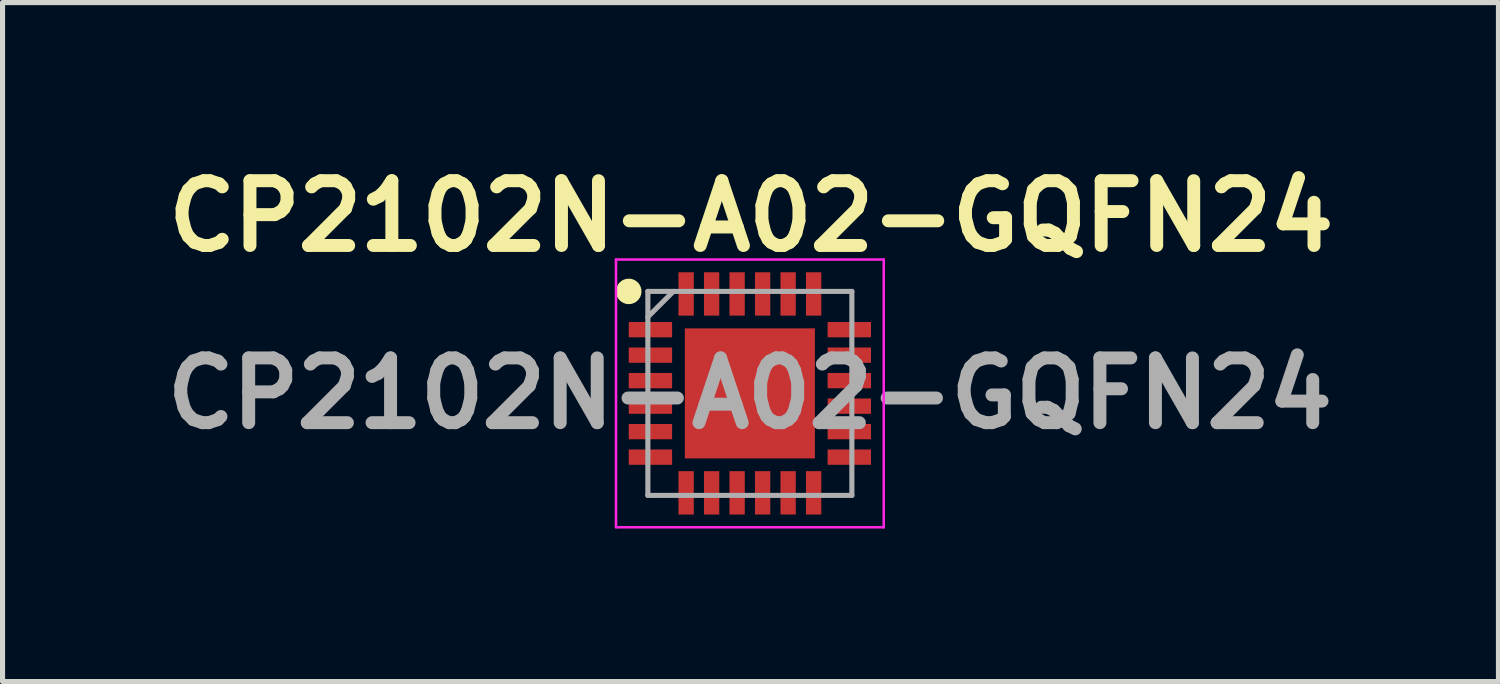
<source format=kicad_pcb>
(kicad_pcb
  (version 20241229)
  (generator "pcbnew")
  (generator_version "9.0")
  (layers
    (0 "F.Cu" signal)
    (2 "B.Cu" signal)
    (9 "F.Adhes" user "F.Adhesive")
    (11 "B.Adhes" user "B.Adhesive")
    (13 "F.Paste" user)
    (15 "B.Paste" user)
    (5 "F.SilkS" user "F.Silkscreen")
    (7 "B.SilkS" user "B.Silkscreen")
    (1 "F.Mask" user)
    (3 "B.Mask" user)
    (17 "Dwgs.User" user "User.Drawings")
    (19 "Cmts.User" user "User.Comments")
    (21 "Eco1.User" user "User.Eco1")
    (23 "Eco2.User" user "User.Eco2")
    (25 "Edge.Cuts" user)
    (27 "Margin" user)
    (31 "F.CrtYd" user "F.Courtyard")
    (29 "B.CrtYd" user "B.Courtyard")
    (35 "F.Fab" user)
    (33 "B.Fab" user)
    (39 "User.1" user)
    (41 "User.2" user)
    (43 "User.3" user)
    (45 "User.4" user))
  (footprint "CP2102N-A02-GQFN24"
    (layer "F.Cu")
    (at 11.654 4.664)
    (property "Reference" "CP2102N-A02-GQFN24" (at 0.025 -3.475 0) (layer "F.SilkS") (effects (font (size 1.27 1.27) (thickness 0.254))))
    (attr smd)
    (fp_circle (center -2.375 -2) (end -2.375 -1.875) (stroke (width 0.25) (type solid)) (fill no) (layer "F.SilkS"))
    (fp_line (start -2.625 -2.625) (end 2.625 -2.625) (stroke (width 0.05) (type solid)) (layer "F.CrtYd"))
    (fp_line (start -2.625 2.625) (end -2.625 -2.625) (stroke (width 0.05) (type solid)) (layer "F.CrtYd"))
    (fp_line (start 2.625 -2.625) (end 2.625 2.625) (stroke (width 0.05) (type solid)) (layer "F.CrtYd"))
    (fp_line (start 2.625 2.625) (end -2.625 2.625) (stroke (width 0.05) (type solid)) (layer "F.CrtYd"))
    (fp_line (start -2 -2) (end 2 -2) (stroke (width 0.1) (type solid)) (layer "F.Fab"))
    (fp_line (start -2 -1.5) (end -1.5 -2) (stroke (width 0.1) (type solid)) (layer "F.Fab"))
    (fp_line (start -2 2) (end -2 -2) (stroke (width 0.1) (type solid)) (layer "F.Fab"))
    (fp_line (start 2 -2) (end 2 2) (stroke (width 0.1) (type solid)) (layer "F.Fab"))
    (fp_line (start 2 2) (end -2 2) (stroke (width 0.1) (type solid)) (layer "F.Fab"))
    (fp_text user "${REFERENCE}" (at 0 0 0) (layer "F.Fab") (effects (font (size 1.27 1.27) (thickness 0.254))))
    (pad "1" smd rect (at -1.95 -1.25 90) (size 0.3 0.85) (layers "F.Cu" "F.Mask" "F.Paste"))
    (pad "2" smd rect (at -1.95 -0.75 90) (size 0.3 0.85) (layers "F.Cu" "F.Mask" "F.Paste"))
    (pad "3" smd rect (at -1.95 -0.25 90) (size 0.3 0.85) (layers "F.Cu" "F.Mask" "F.Paste"))
    (pad "4" smd rect (at -1.95 0.25 90) (size 0.3 0.85) (layers "F.Cu" "F.Mask" "F.Paste"))
    (pad "5" smd rect (at -1.95 0.75 90) (size 0.3 0.85) (layers "F.Cu" "F.Mask" "F.Paste"))
    (pad "6" smd rect (at -1.95 1.25 90) (size 0.3 0.85) (layers "F.Cu" "F.Mask" "F.Paste"))
    (pad "7" smd rect (at -1.25 1.95) (size 0.3 0.85) (layers "F.Cu" "F.Mask" "F.Paste"))
    (pad "8" smd rect (at -0.75 1.95) (size 0.3 0.85) (layers "F.Cu" "F.Mask" "F.Paste"))
    (pad "9" smd rect (at -0.25 1.95) (size 0.3 0.85) (layers "F.Cu" "F.Mask" "F.Paste"))
    (pad "10" smd rect (at 0.25 1.95) (size 0.3 0.85) (layers "F.Cu" "F.Mask" "F.Paste"))
    (pad "11" smd rect (at 0.75 1.95) (size 0.3 0.85) (layers "F.Cu" "F.Mask" "F.Paste"))
    (pad "12" smd rect (at 1.25 1.95) (size 0.3 0.85) (layers "F.Cu" "F.Mask" "F.Paste"))
    (pad "13" smd rect (at 1.95 1.25 90) (size 0.3 0.85) (layers "F.Cu" "F.Mask" "F.Paste"))
    (pad "14" smd rect (at 1.95 0.75 90) (size 0.3 0.85) (layers "F.Cu" "F.Mask" "F.Paste"))
    (pad "15" smd rect (at 1.95 0.25 90) (size 0.3 0.85) (layers "F.Cu" "F.Mask" "F.Paste"))
    (pad "16" smd rect (at 1.95 -0.25 90) (size 0.3 0.85) (layers "F.Cu" "F.Mask" "F.Paste"))
    (pad "17" smd rect (at 1.95 -0.75 90) (size 0.3 0.85) (layers "F.Cu" "F.Mask" "F.Paste"))
    (pad "18" smd rect (at 1.95 -1.25 90) (size 0.3 0.85) (layers "F.Cu" "F.Mask" "F.Paste"))
    (pad "19" smd rect (at 1.25 -1.95) (size 0.3 0.85) (layers "F.Cu" "F.Mask" "F.Paste"))
    (pad "20" smd rect (at 0.75 -1.95) (size 0.3 0.85) (layers "F.Cu" "F.Mask" "F.Paste"))
    (pad "21" smd rect (at 0.25 -1.95) (size 0.3 0.85) (layers "F.Cu" "F.Mask" "F.Paste"))
    (pad "22" smd rect (at -0.25 -1.95) (size 0.3 0.85) (layers "F.Cu" "F.Mask" "F.Paste"))
    (pad "23" smd rect (at -0.75 -1.95) (size 0.3 0.85) (layers "F.Cu" "F.Mask" "F.Paste"))
    (pad "24" smd rect (at -1.25 -1.95) (size 0.3 0.85) (layers "F.Cu" "F.Mask" "F.Paste"))
    (pad "25" smd rect (at 0 0) (size 2.55 2.55) (layers "F.Cu" "F.Mask" "F.Paste")))
  (gr_rect
    (start -3 -3)
    (end 26.333 10.314)
    (stroke (width 0.1) (type default))
    (fill no)
    (layer "Edge.Cuts")))
</source>
